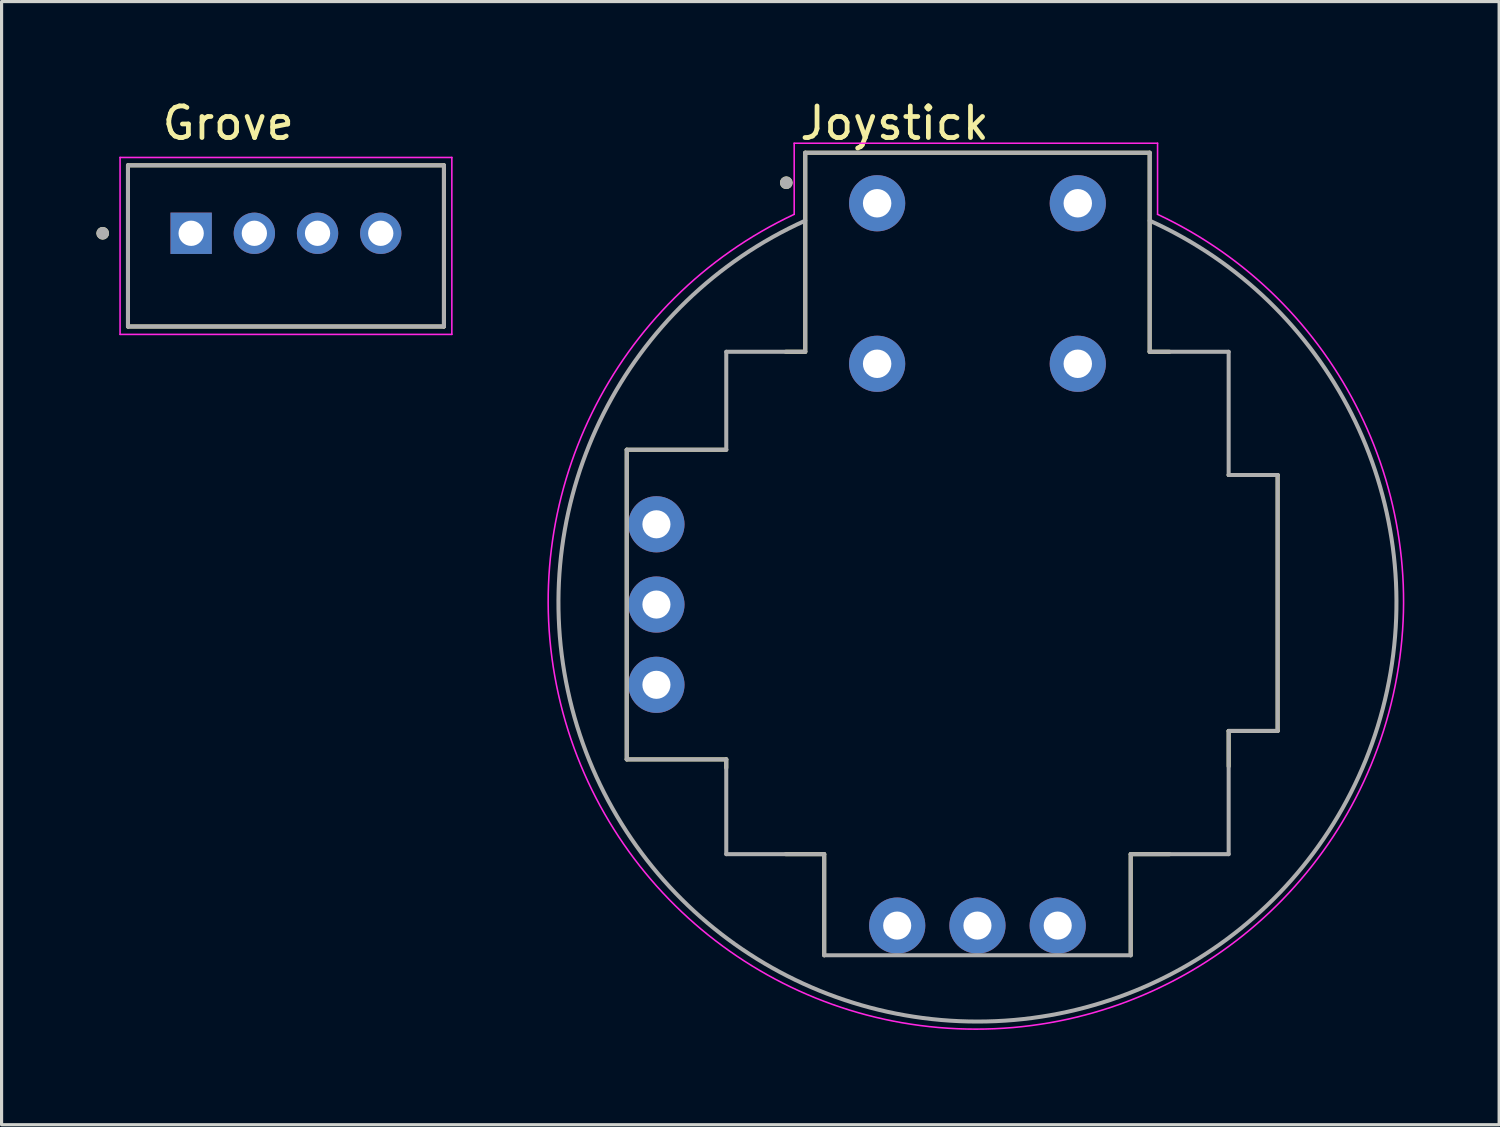
<source format=kicad_pcb>
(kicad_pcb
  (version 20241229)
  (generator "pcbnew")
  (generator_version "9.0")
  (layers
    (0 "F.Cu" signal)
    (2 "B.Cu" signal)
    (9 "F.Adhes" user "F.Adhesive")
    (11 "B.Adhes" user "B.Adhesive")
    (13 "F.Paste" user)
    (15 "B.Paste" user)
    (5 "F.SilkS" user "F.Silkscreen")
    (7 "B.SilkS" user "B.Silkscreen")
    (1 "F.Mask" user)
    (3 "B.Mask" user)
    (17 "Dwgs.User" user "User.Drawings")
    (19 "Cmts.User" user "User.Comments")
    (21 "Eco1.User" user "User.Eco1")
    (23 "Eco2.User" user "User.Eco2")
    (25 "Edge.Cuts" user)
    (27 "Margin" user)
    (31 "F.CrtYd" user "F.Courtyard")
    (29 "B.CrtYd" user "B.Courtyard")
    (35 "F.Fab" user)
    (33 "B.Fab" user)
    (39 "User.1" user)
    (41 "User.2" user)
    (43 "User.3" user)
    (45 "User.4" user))
  (footprint "Joystick"
    (layer "F.Cu")
    (at 27.885 16.083)
    (property "Reference" "Joystick" (at -2.625 -15.235 0) (layer "F.SilkS") (effects (font (size 1 1) (thickness 0.15))))
    (attr through_hole)
    (fp_line (start -11.1 -4.9) (end -7.95 -4.9) (stroke (width 0.127) (type solid)) (layer "F.SilkS"))
    (fp_line (start -11.1 4.9) (end -11.1 -4.9) (stroke (width 0.127) (type solid)) (layer "F.SilkS"))
    (fp_line (start -7.95 4.9) (end -11.1 4.9) (stroke (width 0.127) (type solid)) (layer "F.SilkS"))
    (fp_line (start -7.95 5.17) (end -7.95 4.9) (stroke (width 0.127) (type solid)) (layer "F.SilkS"))
    (fp_line (start -6.07 -8) (end -5.45 -8) (stroke (width 0.127) (type solid)) (layer "F.SilkS"))
    (fp_line (start -5.45 -14.3) (end 5.45 -14.3) (stroke (width 0.127) (type solid)) (layer "F.SilkS"))
    (fp_line (start -5.45 -8) (end -5.45 -14.3) (stroke (width 0.127) (type solid)) (layer "F.SilkS"))
    (fp_line (start -4.85 7.9) (end -6.07 7.9) (stroke (width 0.127) (type solid)) (layer "F.SilkS"))
    (fp_line (start -4.85 11.1) (end -4.85 7.9) (stroke (width 0.127) (type solid)) (layer "F.SilkS"))
    (fp_line (start 4.85 7.9) (end 4.85 11.1) (stroke (width 0.127) (type solid)) (layer "F.SilkS"))
    (fp_line (start 5.45 -14.3) (end 5.45 -8) (stroke (width 0.127) (type solid)) (layer "F.SilkS"))
    (fp_line (start 5.45 -8) (end 6.08 -8) (stroke (width 0.127) (type solid)) (layer "F.SilkS"))
    (fp_line (start 6.08 7.9) (end 4.85 7.9) (stroke (width 0.127) (type solid)) (layer "F.SilkS"))
    (fp_line (start 7.95 -4.1) (end 9.5 -4.1) (stroke (width 0.127) (type solid)) (layer "F.SilkS"))
    (fp_line (start 7.95 4) (end 7.95 5.12) (stroke (width 0.127) (type solid)) (layer "F.SilkS"))
    (fp_line (start 9.5 -4.1) (end 9.5 4) (stroke (width 0.127) (type solid)) (layer "F.SilkS"))
    (fp_line (start 9.5 4) (end 7.95 4) (stroke (width 0.127) (type solid)) (layer "F.SilkS"))
    (fp_circle (center -6.05 -13.35) (end -5.95 -13.35) (stroke (width 0.2) (type solid)) (fill no) (layer "F.SilkS"))
    (fp_line (start -5.8 -14.6) (end 5.7 -14.6) (stroke (width 0.05) (type solid)) (layer "F.CrtYd"))
    (fp_line (start -5.8 -12.35) (end -5.8 -14.6) (stroke (width 0.05) (type solid)) (layer "F.CrtYd"))
    (fp_line (start 5.7 -14.6) (end 5.7 -12.35) (stroke (width 0.05) (type solid)) (layer "F.CrtYd"))
    (fp_arc (start 5.7 -12.35) (mid -0.05 13.437438) (end -5.8 -12.35) (stroke (width 0.05) (type solid)) (layer "F.CrtYd"))
    (fp_line (start -11.1 -4.9) (end -11.1 4.9) (stroke (width 0.127) (type solid)) (layer "F.Fab"))
    (fp_line (start -7.95 -4.9) (end -11.1 -4.9) (stroke (width 0.127) (type solid)) (layer "F.Fab"))
    (fp_line (start -7.95 -4.9) (end -7.95 -8) (stroke (width 0.127) (type solid)) (layer "F.Fab"))
    (fp_line (start -7.95 4.9) (end -11.1 4.9) (stroke (width 0.127) (type solid)) (layer "F.Fab"))
    (fp_line (start -7.95 4.9) (end -7.95 7.9) (stroke (width 0.127) (type solid)) (layer "F.Fab"))
    (fp_line (start -5.45 -14.3) (end -5.45 -8) (stroke (width 0.127) (type solid)) (layer "F.Fab"))
    (fp_line (start -5.45 -8) (end -7.95 -8) (stroke (width 0.127) (type solid)) (layer "F.Fab"))
    (fp_line (start -4.85 7.9) (end -7.95 7.9) (stroke (width 0.127) (type solid)) (layer "F.Fab"))
    (fp_line (start -4.85 11.1) (end -4.85 7.9) (stroke (width 0.127) (type solid)) (layer "F.Fab"))
    (fp_line (start 4.85 7.9) (end 7.95 7.9) (stroke (width 0.127) (type solid)) (layer "F.Fab"))
    (fp_line (start 4.85 11.1) (end -4.85 11.1) (stroke (width 0.127) (type solid)) (layer "F.Fab"))
    (fp_line (start 4.85 11.1) (end 4.85 7.9) (stroke (width 0.127) (type solid)) (layer "F.Fab"))
    (fp_line (start 5.45 -14.3) (end -5.45 -14.3) (stroke (width 0.127) (type solid)) (layer "F.Fab"))
    (fp_line (start 5.45 -14.3) (end 5.45 -8) (stroke (width 0.127) (type solid)) (layer "F.Fab"))
    (fp_line (start 7.95 -8) (end 5.45 -8) (stroke (width 0.127) (type solid)) (layer "F.Fab"))
    (fp_line (start 7.95 -4.1) (end 7.95 -8) (stroke (width 0.127) (type solid)) (layer "F.Fab"))
    (fp_line (start 7.95 -4.1) (end 9.5 -4.1) (stroke (width 0.127) (type solid)) (layer "F.Fab"))
    (fp_line (start 7.95 4) (end 7.95 7.9) (stroke (width 0.127) (type solid)) (layer "F.Fab"))
    (fp_line (start 7.95 4) (end 9.5 4) (stroke (width 0.127) (type solid)) (layer "F.Fab"))
    (fp_line (start 9.5 -4.1) (end 9.5 4) (stroke (width 0.127) (type solid)) (layer "F.Fab"))
    (fp_arc (start 5.45 -12.15) (mid 0 13.197504) (end -5.45 -12.15) (stroke (width 0.127) (type solid)) (layer "F.Fab"))
    (fp_circle (center -6.05 -13.35) (end -5.95 -13.35) (stroke (width 0.2) (type solid)) (fill no) (layer "F.Fab"))
    (pad "B1A" thru_hole circle (at -3.175 -12.7) (size 1.778 1.778) (drill 0.9) (layers "*.Cu" "*.Mask"))
    (pad "B1B" thru_hole circle (at 3.175 -12.7) (size 1.778 1.778) (drill 0.9) (layers "*.Cu" "*.Mask"))
    (pad "B2A" thru_hole circle (at -3.175 -7.62) (size 1.778 1.778) (drill 0.9) (layers "*.Cu" "*.Mask"))
    (pad "B2B" thru_hole circle (at 3.175 -7.62) (size 1.778 1.778) (drill 0.9) (layers "*.Cu" "*.Mask"))
    (pad "H1" thru_hole circle (at -2.54 10.16) (size 1.778 1.778) (drill 0.889) (layers "*.Cu" "*.Mask"))
    (pad "H2" thru_hole circle (at 0 10.16) (size 1.778 1.778) (drill 0.889) (layers "*.Cu" "*.Mask"))
    (pad "H3" thru_hole circle (at 2.54 10.16) (size 1.778 1.778) (drill 0.889) (layers "*.Cu" "*.Mask"))
    (pad "V1" thru_hole circle (at -10.16 -2.54) (size 1.778 1.778) (drill 0.889) (layers "*.Cu" "*.Mask"))
    (pad "V2" thru_hole circle (at -10.16 0) (size 1.778 1.778) (drill 0.889) (layers "*.Cu" "*.Mask"))
    (pad "V3" thru_hole circle (at -10.16 2.54) (size 1.778 1.778) (drill 0.889) (layers "*.Cu" "*.Mask")))
  (footprint "Grove"
    (layer "F.Cu")
    (at 6 4.333)
    (property "Reference" "Grove" (at -1.825 -3.485 0) (layer "F.SilkS") (effects (font (size 1 1) (thickness 0.15))))
    (attr through_hole)
    (fp_line (start -5 -2.15) (end 5 -2.15) (stroke (width 0.127) (type solid)) (layer "F.SilkS"))
    (fp_line (start -5 2.95) (end -5 -2.15) (stroke (width 0.127) (type solid)) (layer "F.SilkS"))
    (fp_line (start 5 -2.15) (end 5 2.95) (stroke (width 0.127) (type solid)) (layer "F.SilkS"))
    (fp_line (start 5 2.95) (end -5 2.95) (stroke (width 0.127) (type solid)) (layer "F.SilkS"))
    (fp_circle (center -5.8 0) (end -5.7 0) (stroke (width 0.2) (type solid)) (fill no) (layer "F.SilkS"))
    (fp_line (start -5.25 -2.4) (end 5.25 -2.4) (stroke (width 0.05) (type solid)) (layer "F.CrtYd"))
    (fp_line (start -5.25 3.2) (end -5.25 -2.4) (stroke (width 0.05) (type solid)) (layer "F.CrtYd"))
    (fp_line (start 5.25 -2.4) (end 5.25 3.2) (stroke (width 0.05) (type solid)) (layer "F.CrtYd"))
    (fp_line (start 5.25 3.2) (end -5.25 3.2) (stroke (width 0.05) (type solid)) (layer "F.CrtYd"))
    (fp_line (start -5 -2.15) (end 5 -2.15) (stroke (width 0.127) (type solid)) (layer "F.Fab"))
    (fp_line (start -5 2.95) (end -5 -2.15) (stroke (width 0.127) (type solid)) (layer "F.Fab"))
    (fp_line (start 5 -2.15) (end 5 2.95) (stroke (width 0.127) (type solid)) (layer "F.Fab"))
    (fp_line (start 5 2.95) (end -5 2.95) (stroke (width 0.127) (type solid)) (layer "F.Fab"))
    (fp_circle (center -5.8 0) (end -5.7 0) (stroke (width 0.2) (type solid)) (fill no) (layer "F.Fab"))
    (pad "1" thru_hole rect (at -3 0) (size 1.308 1.308) (drill 0.8) (layers "*.Cu" "*.Mask"))
    (pad "2" thru_hole circle (at -1 0) (size 1.308 1.308) (drill 0.8) (layers "*.Cu" "*.Mask"))
    (pad "3" thru_hole circle (at 1 0) (size 1.308 1.308) (drill 0.8) (layers "*.Cu" "*.Mask"))
    (pad "4" thru_hole circle (at 3 0) (size 1.308 1.308) (drill 0.8) (layers "*.Cu" "*.Mask")))
  (gr_rect
    (start -3 -3)
    (end 44.395 32.546)
    (stroke (width 0.1) (type default))
    (fill no)
    (layer "Edge.Cuts")))
</source>
